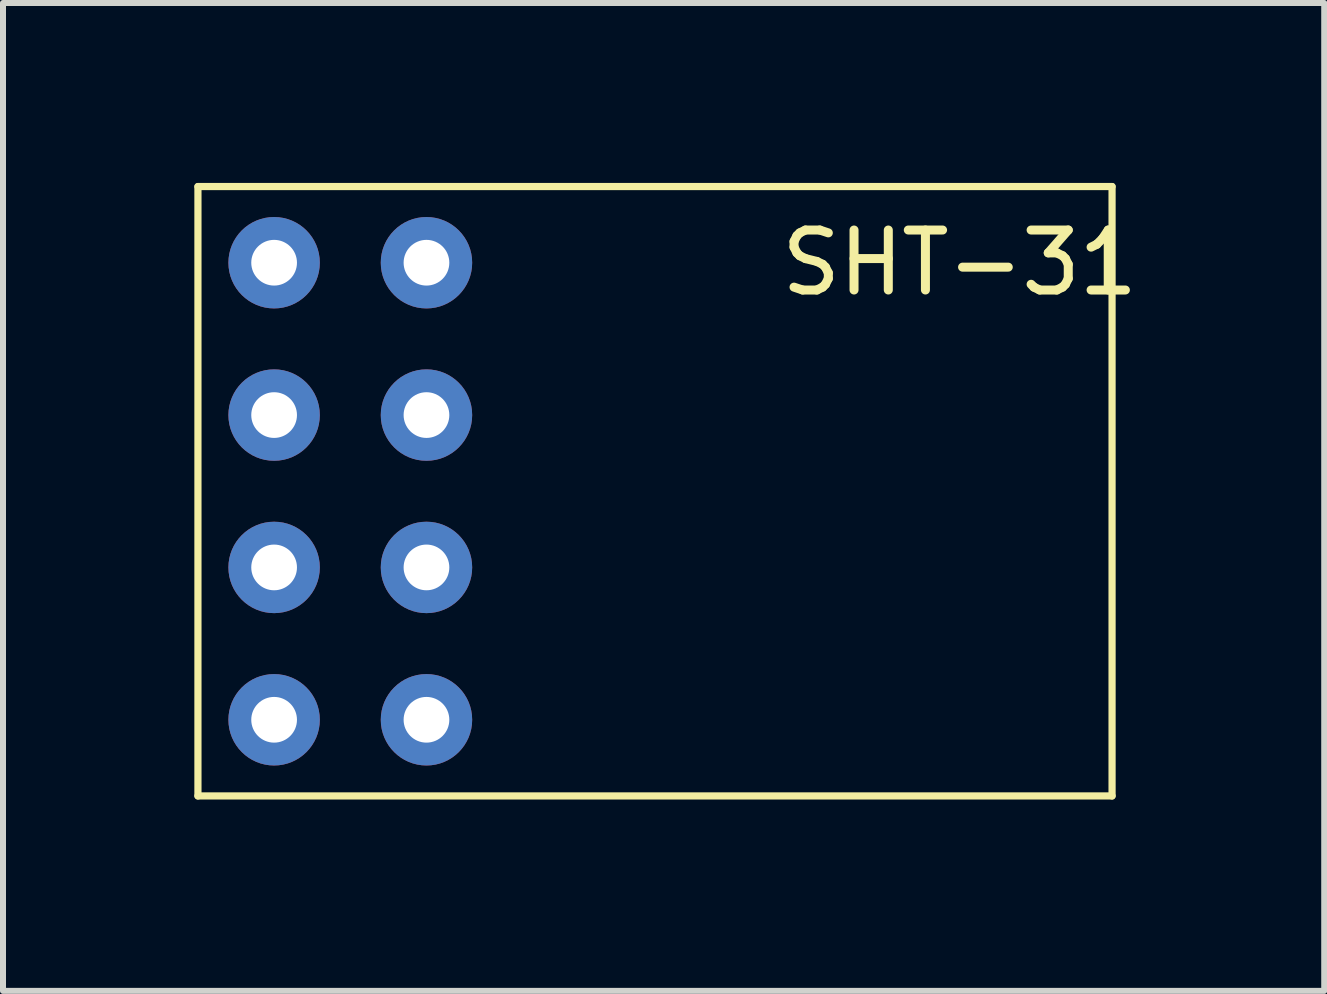
<source format=kicad_pcb>
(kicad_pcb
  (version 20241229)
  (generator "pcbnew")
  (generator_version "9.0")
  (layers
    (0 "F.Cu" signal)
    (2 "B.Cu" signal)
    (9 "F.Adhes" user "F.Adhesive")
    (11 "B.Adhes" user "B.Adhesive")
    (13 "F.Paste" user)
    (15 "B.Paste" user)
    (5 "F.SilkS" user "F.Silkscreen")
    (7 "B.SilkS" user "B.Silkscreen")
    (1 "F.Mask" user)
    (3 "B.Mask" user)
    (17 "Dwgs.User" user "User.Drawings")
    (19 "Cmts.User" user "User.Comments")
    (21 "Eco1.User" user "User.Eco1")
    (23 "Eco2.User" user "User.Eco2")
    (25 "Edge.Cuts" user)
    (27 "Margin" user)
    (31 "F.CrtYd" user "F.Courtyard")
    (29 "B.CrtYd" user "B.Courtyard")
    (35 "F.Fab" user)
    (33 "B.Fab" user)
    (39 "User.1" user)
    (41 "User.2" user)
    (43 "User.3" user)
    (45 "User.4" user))
  (footprint "SHT-31"
    (layer "F.Cu")
    (at 0.25 10.22)
    (property "Reference" "SHT-31" (at 12.7 -8.89 0) (layer "F.SilkS") (effects (font (size 1 1) (thickness 0.15))))
    (attr through_hole)
    (fp_line (start 0 -10.16) (end 15.24 -10.16) (stroke (width 0.12) (type solid)) (layer "F.SilkS"))
    (fp_line (start 0 0) (end 0 -10.16) (stroke (width 0.12) (type solid)) (layer "F.SilkS"))
    (fp_line (start 15.24 -10.16) (end 15.24 0) (stroke (width 0.12) (type solid)) (layer "F.SilkS"))
    (fp_line (start 15.24 0) (end 0 0) (stroke (width 0.12) (type solid)) (layer "F.SilkS"))
    (pad "1" thru_hole circle (at 1.27 -1.27) (size 1.524 1.524) (drill 0.762) (layers "*.Cu" "*.Mask"))
    (pad "2" thru_hole circle (at 1.27 -3.81) (size 1.524 1.524) (drill 0.762) (layers "*.Cu" "*.Mask"))
    (pad "3" thru_hole circle (at 1.27 -6.35) (size 1.524 1.524) (drill 0.762) (layers "*.Cu" "*.Mask"))
    (pad "4" thru_hole circle (at 1.27 -8.89) (size 1.524 1.524) (drill 0.762) (layers "*.Cu" "*.Mask"))
    (pad "5" thru_hole circle (at 3.81 -1.27) (size 1.524 1.524) (drill 0.762) (layers "*.Cu" "*.Mask"))
    (pad "6" thru_hole circle (at 3.81 -3.81) (size 1.524 1.524) (drill 0.762) (layers "*.Cu" "*.Mask"))
    (pad "7" thru_hole circle (at 3.81 -6.35) (size 1.524 1.524) (drill 0.762) (layers "*.Cu" "*.Mask"))
    (pad "8" thru_hole circle (at 3.81 -8.89) (size 1.524 1.524) (drill 0.762) (layers "*.Cu" "*.Mask")))
  (gr_rect
    (start -3 -3)
    (end 19.027 13.47)
    (stroke (width 0.1) (type default))
    (fill no)
    (layer "Edge.Cuts")))
</source>
